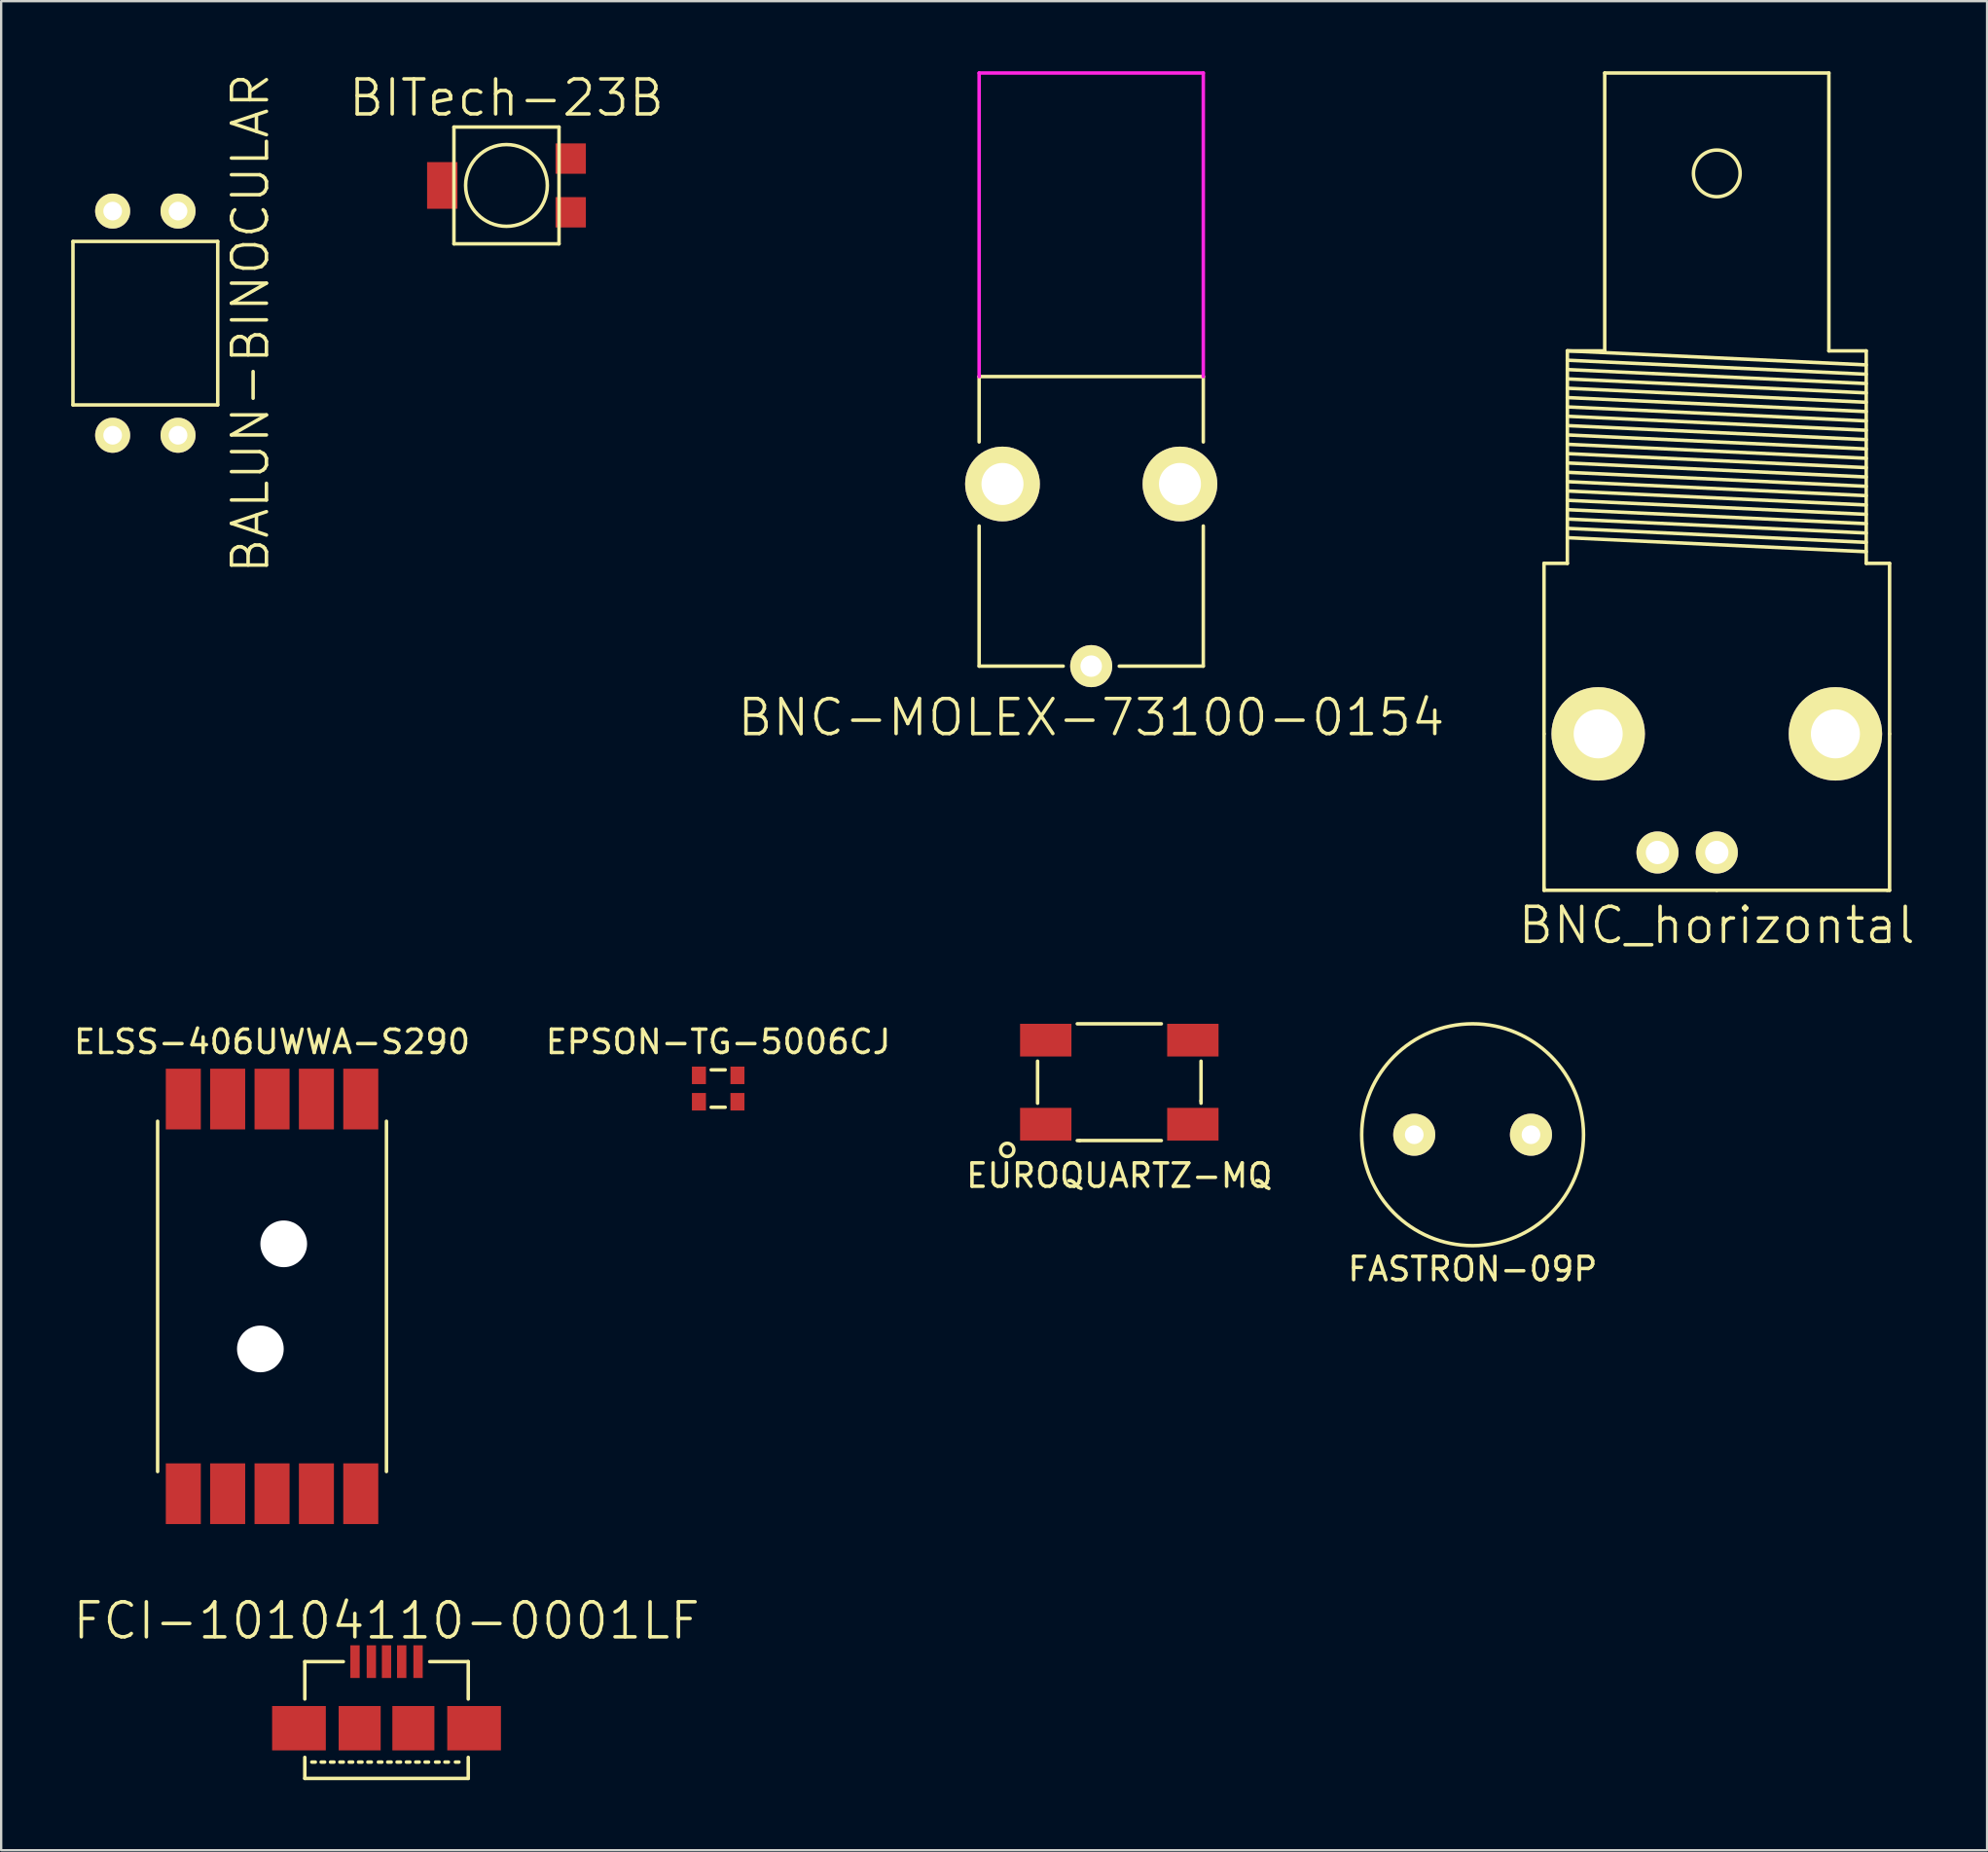
<source format=kicad_pcb>
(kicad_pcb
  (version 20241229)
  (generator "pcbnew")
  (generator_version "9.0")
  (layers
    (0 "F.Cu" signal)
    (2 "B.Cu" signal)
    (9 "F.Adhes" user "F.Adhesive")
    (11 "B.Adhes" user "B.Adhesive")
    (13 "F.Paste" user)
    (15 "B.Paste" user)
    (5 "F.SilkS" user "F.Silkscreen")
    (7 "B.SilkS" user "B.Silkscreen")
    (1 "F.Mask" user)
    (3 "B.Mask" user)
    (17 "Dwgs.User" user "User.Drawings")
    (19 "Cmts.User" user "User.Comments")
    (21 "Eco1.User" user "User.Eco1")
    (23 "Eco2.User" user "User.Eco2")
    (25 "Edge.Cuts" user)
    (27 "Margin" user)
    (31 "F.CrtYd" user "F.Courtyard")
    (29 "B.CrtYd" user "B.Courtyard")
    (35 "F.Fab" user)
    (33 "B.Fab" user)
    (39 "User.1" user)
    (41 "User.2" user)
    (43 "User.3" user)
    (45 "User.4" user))
  (footprint "BNC_horizontal"
    (layer "F.Cu")
    (at 70.476 28.375)
    (property "Reference" "BNC_horizontal" (at 0 8.2 0) (layer "F.SilkS") (effects (font (size 1.5 1.5) (thickness 0.15))))
    (attr through_hole)
    (fp_line (start -7.4 0) (end -7.4 -7.3) (stroke (width 0.15) (type solid)) (layer "F.SilkS"))
    (fp_line (start -7.4 0) (end -7.4 6.6) (stroke (width 0.15) (type solid)) (layer "F.SilkS"))
    (fp_line (start -7.4 6.7) (end -7.4 6.6) (stroke (width 0.15) (type solid)) (layer "F.SilkS"))
    (fp_line (start -6.4 -16.4) (end -4.8 -16.4) (stroke (width 0.15) (type solid)) (layer "F.SilkS"))
    (fp_line (start -6.4 -16.4) (end 6.4 -15.8) (stroke (width 0.15) (type solid)) (layer "F.SilkS"))
    (fp_line (start -6.4 -16) (end 6.4 -15.4) (stroke (width 0.15) (type solid)) (layer "F.SilkS"))
    (fp_line (start -6.4 -15.6) (end 6.4 -15) (stroke (width 0.15) (type solid)) (layer "F.SilkS"))
    (fp_line (start -6.4 -15.2) (end 6.4 -14.6) (stroke (width 0.15) (type solid)) (layer "F.SilkS"))
    (fp_line (start -6.4 -14.8) (end 6.4 -14.2) (stroke (width 0.15) (type solid)) (layer "F.SilkS"))
    (fp_line (start -6.4 -14.4) (end 6.4 -13.8) (stroke (width 0.15) (type solid)) (layer "F.SilkS"))
    (fp_line (start -6.4 -14) (end 6.4 -13.4) (stroke (width 0.15) (type solid)) (layer "F.SilkS"))
    (fp_line (start -6.4 -13.6) (end 6.4 -13) (stroke (width 0.15) (type solid)) (layer "F.SilkS"))
    (fp_line (start -6.4 -13.2) (end 6.4 -12.6) (stroke (width 0.15) (type solid)) (layer "F.SilkS"))
    (fp_line (start -6.4 -12.8) (end 6.4 -12.2) (stroke (width 0.15) (type solid)) (layer "F.SilkS"))
    (fp_line (start -6.4 -12.4) (end 6.4 -11.8) (stroke (width 0.15) (type solid)) (layer "F.SilkS"))
    (fp_line (start -6.4 -12) (end 6.4 -11.4) (stroke (width 0.15) (type solid)) (layer "F.SilkS"))
    (fp_line (start -6.4 -11.6) (end 6.4 -11) (stroke (width 0.15) (type solid)) (layer "F.SilkS"))
    (fp_line (start -6.4 -11.2) (end 6.4 -10.6) (stroke (width 0.15) (type solid)) (layer "F.SilkS"))
    (fp_line (start -6.4 -10.8) (end 6.4 -10.2) (stroke (width 0.15) (type solid)) (layer "F.SilkS"))
    (fp_line (start -6.4 -10.4) (end 6.4 -9.8) (stroke (width 0.15) (type solid)) (layer "F.SilkS"))
    (fp_line (start -6.4 -10) (end 6.4 -9.4) (stroke (width 0.15) (type solid)) (layer "F.SilkS"))
    (fp_line (start -6.4 -9.6) (end 6.4 -9) (stroke (width 0.15) (type solid)) (layer "F.SilkS"))
    (fp_line (start -6.4 -9.2) (end 6.4 -8.6) (stroke (width 0.15) (type solid)) (layer "F.SilkS"))
    (fp_line (start -6.4 -8.8) (end 6.4 -8.2) (stroke (width 0.15) (type solid)) (layer "F.SilkS"))
    (fp_line (start -6.4 -8.4) (end 6.4 -7.8) (stroke (width 0.15) (type solid)) (layer "F.SilkS"))
    (fp_line (start -6.4 -7.3) (end -7.4 -7.3) (stroke (width 0.15) (type solid)) (layer "F.SilkS"))
    (fp_line (start -6.4 -7.3) (end -6.4 -16.4) (stroke (width 0.15) (type solid)) (layer "F.SilkS"))
    (fp_line (start -4.8 -28.3) (end 4.8 -28.3) (stroke (width 0.15) (type solid)) (layer "F.SilkS"))
    (fp_line (start -4.8 -16.4) (end -4.8 -28.3) (stroke (width 0.15) (type solid)) (layer "F.SilkS"))
    (fp_line (start 0 6.7) (end -7.4 6.7) (stroke (width 0.15) (type solid)) (layer "F.SilkS"))
    (fp_line (start 0 6.7) (end 7.3 6.7) (stroke (width 0.15) (type solid)) (layer "F.SilkS"))
    (fp_line (start 4.8 -16.4) (end 4.8 -28.3) (stroke (width 0.15) (type solid)) (layer "F.SilkS"))
    (fp_line (start 6.4 -16.4) (end 4.8 -16.4) (stroke (width 0.15) (type solid)) (layer "F.SilkS"))
    (fp_line (start 6.4 -7.3) (end 6.4 -16.4) (stroke (width 0.15) (type solid)) (layer "F.SilkS"))
    (fp_line (start 7.3 6.7) (end 7.4 6.7) (stroke (width 0.15) (type solid)) (layer "F.SilkS"))
    (fp_line (start 7.4 -7.3) (end 6.4 -7.3) (stroke (width 0.15) (type solid)) (layer "F.SilkS"))
    (fp_line (start 7.4 0) (end 7.4 -7.3) (stroke (width 0.15) (type solid)) (layer "F.SilkS"))
    (fp_line (start 7.4 6.7) (end 7.4 0) (stroke (width 0.15) (type solid)) (layer "F.SilkS"))
    (fp_circle (center 0 -24) (end 0 -25) (stroke (width 0.15) (type solid)) (fill no) (layer "F.SilkS"))
    (pad "" thru_hole circle (at -5.08 0) (size 4 4) (drill 2.1) (layers "*.Cu" "*.Mask" "F.SilkS"))
    (pad "" thru_hole circle (at 5.08 0) (size 4 4) (drill 2.1) (layers "*.Cu" "*.Mask" "F.SilkS"))
    (pad "1" thru_hole circle (at 0 5.08) (size 1.8 1.8) (drill 1) (layers "*.Cu" "*.Mask" "F.SilkS"))
    (pad "2" thru_hole circle (at -2.54 5.08) (size 1.8 1.8) (drill 1) (layers "*.Cu" "*.Mask" "F.SilkS")))
  (footprint "FCI-10104110-0001LF"
    (layer "F.Cu")
    (at 13.504 72.405)
    (property "Reference" "FCI-10104110-0001LF" (at 0 -6.05 0) (layer "F.SilkS") (effects (font (size 1.5 1.5) (thickness 0.15))))
    (attr through_hole)
    (fp_line (start -3.5 -4.3) (end -3.5 -2.7) (stroke (width 0.15) (type solid)) (layer "F.SilkS"))
    (fp_line (start -3.5 -4.3) (end -1.85 -4.3) (stroke (width 0.15) (type solid)) (layer "F.SilkS"))
    (fp_line (start -3.5 0.7) (end -3.5 -0.2) (stroke (width 0.15) (type solid)) (layer "F.SilkS"))
    (fp_line (start -3.5 0.7) (end 3.5 0.7) (stroke (width 0.15) (type solid)) (layer "F.SilkS"))
    (fp_line (start -3.2 0) (end -3.05 0) (stroke (width 0.15) (type solid)) (layer "F.SilkS"))
    (fp_line (start -2.8 0) (end -2.65 0) (stroke (width 0.15) (type solid)) (layer "F.SilkS"))
    (fp_line (start -2.4 0) (end -2.25 0) (stroke (width 0.15) (type solid)) (layer "F.SilkS"))
    (fp_line (start -2 0) (end -1.85 0) (stroke (width 0.15) (type solid)) (layer "F.SilkS"))
    (fp_line (start -1.6 0) (end -1.45 0) (stroke (width 0.15) (type solid)) (layer "F.SilkS"))
    (fp_line (start -1.2 0) (end -1.05 0) (stroke (width 0.15) (type solid)) (layer "F.SilkS"))
    (fp_line (start -0.8 0) (end -0.65 0) (stroke (width 0.15) (type solid)) (layer "F.SilkS"))
    (fp_line (start -0.35 0) (end -0.2 0) (stroke (width 0.15) (type solid)) (layer "F.SilkS"))
    (fp_line (start 0.05 0) (end 0.2 0) (stroke (width 0.15) (type solid)) (layer "F.SilkS"))
    (fp_line (start 0.45 0) (end 0.6 0) (stroke (width 0.15) (type solid)) (layer "F.SilkS"))
    (fp_line (start 0.85 0) (end 1 0) (stroke (width 0.15) (type solid)) (layer "F.SilkS"))
    (fp_line (start 1.25 0) (end 1.4 0) (stroke (width 0.15) (type solid)) (layer "F.SilkS"))
    (fp_line (start 1.65 0) (end 1.8 0) (stroke (width 0.15) (type solid)) (layer "F.SilkS"))
    (fp_line (start 2.1 0) (end 2.25 0) (stroke (width 0.15) (type solid)) (layer "F.SilkS"))
    (fp_line (start 2.5 0) (end 2.65 0) (stroke (width 0.15) (type solid)) (layer "F.SilkS"))
    (fp_line (start 2.95 0) (end 3.1 0) (stroke (width 0.15) (type solid)) (layer "F.SilkS"))
    (fp_line (start 3.5 -4.3) (end 1.85 -4.3) (stroke (width 0.15) (type solid)) (layer "F.SilkS"))
    (fp_line (start 3.5 -4.3) (end 3.5 -2.7) (stroke (width 0.15) (type solid)) (layer "F.SilkS"))
    (fp_line (start 3.5 0.7) (end 3.5 -0.2) (stroke (width 0.15) (type solid)) (layer "F.SilkS"))
    (pad "1" smd rect (at -1.35 -4.3) (size 0.4 1.4) (layers "F.Cu" "F.Mask" "F.Paste"))
    (pad "2" smd rect (at -0.65 -4.3) (size 0.4 1.4) (layers "F.Cu" "F.Mask" "F.Paste"))
    (pad "3" smd rect (at 0 -4.3) (size 0.4 1.4) (layers "F.Cu" "F.Mask" "F.Paste"))
    (pad "4" smd rect (at 0.65 -4.3) (size 0.4 1.4) (layers "F.Cu" "F.Mask" "F.Paste"))
    (pad "5" smd rect (at 1.35 -4.3) (size 0.4 1.4) (layers "F.Cu" "F.Mask" "F.Paste"))
    (pad "6" smd rect (at -3.75 -1.45) (size 2.3 1.9) (layers "F.Cu" "F.Mask" "F.Paste"))
    (pad "6" smd rect (at -1.15 -1.45) (size 1.8 1.9) (layers "F.Cu" "F.Mask" "F.Paste"))
    (pad "6" smd rect (at 1.15 -1.45) (size 1.8 1.9) (layers "F.Cu" "F.Mask" "F.Paste"))
    (pad "6" smd rect (at 3.75 -1.45) (size 2.3 1.9) (layers "F.Cu" "F.Mask" "F.Paste")))
  (footprint "FASTRON-09P"
    (layer "F.Cu")
    (at 60.018 45.541)
    (property "Reference" "FASTRON-09P" (at 0 5.75 0) (layer "F.SilkS") (effects (font (size 1 1) (thickness 0.15))))
    (attr through_hole)
    (fp_circle (center 0 0) (end 4.75 0) (stroke (width 0.15) (type solid)) (fill no) (layer "F.SilkS"))
    (pad "1" thru_hole circle (at -2.5 0) (size 1.8 1.8) (drill 0.8) (layers "*.Cu" "*.Mask" "F.SilkS"))
    (pad "2" thru_hole circle (at 2.5 0) (size 1.8 1.8) (drill 0.8) (layers "*.Cu" "*.Mask" "F.SilkS")))
  (footprint "BITech-23B"
    (layer "F.Cu")
    (at 18.641 4.891)
    (property "Reference" "BITech-23B" (at 0 -3.75 0) (layer "F.SilkS") (effects (font (size 1.5 1.5) (thickness 0.15))))
    (attr through_hole)
    (fp_line (start -2.25 -2.5) (end -2.25 2.5) (stroke (width 0.15) (type solid)) (layer "F.SilkS"))
    (fp_line (start -2.25 2.5) (end 2.25 2.5) (stroke (width 0.15) (type solid)) (layer "F.SilkS"))
    (fp_line (start 2.25 -2.5) (end -2.25 -2.5) (stroke (width 0.15) (type solid)) (layer "F.SilkS"))
    (fp_line (start 2.25 2.5) (end 2.25 -2.5) (stroke (width 0.15) (type solid)) (layer "F.SilkS"))
    (fp_circle (center 0 0) (end 1.75 0) (stroke (width 0.15) (type solid)) (fill no) (layer "F.SilkS"))
    (pad "1" smd rect (at 2.75 -1.15) (size 1.3 1.3) (layers "F.Cu" "F.Mask" "F.Paste"))
    (pad "2" smd rect (at -2.75 0) (size 1.3 2) (layers "F.Cu" "F.Mask" "F.Paste"))
    (pad "3" smd rect (at 2.75 1.15) (size 1.3 1.3) (layers "F.Cu" "F.Mask" "F.Paste")))
  (footprint "BALUN-BINOCULAR"
    (layer "F.Cu")
    (at 3.175 10.789)
    (property "Reference" "BALUN-BINOCULAR" (at 4.5 0 90) (layer "F.SilkS") (effects (font (size 1.5 1.5) (thickness 0.15))))
    (attr through_hole)
    (fp_line (start -3.1 -3.5) (end 3.1 -3.5) (stroke (width 0.15) (type solid)) (layer "F.SilkS"))
    (fp_line (start -3.1 3.5) (end -3.1 -3.5) (stroke (width 0.15) (type solid)) (layer "F.SilkS"))
    (fp_line (start 3.1 -3.5) (end 3.1 3.5) (stroke (width 0.15) (type solid)) (layer "F.SilkS"))
    (fp_line (start 3.1 3.5) (end -3.1 3.5) (stroke (width 0.15) (type solid)) (layer "F.SilkS"))
    (pad "1" thru_hole circle (at -1.4 -4.8) (size 1.5 1.5) (drill 0.8) (layers "*.Cu" "*.Mask" "F.SilkS"))
    (pad "2" thru_hole circle (at 1.4 -4.8) (size 1.5 1.5) (drill 0.8) (layers "*.Cu" "*.Mask" "F.SilkS"))
    (pad "3" thru_hole circle (at 1.4 4.8) (size 1.5 1.5) (drill 0.8) (layers "*.Cu" "*.Mask" "F.SilkS"))
    (pad "4" thru_hole circle (at -1.4 4.8) (size 1.5 1.5) (drill 0.8) (layers "*.Cu" "*.Mask" "F.SilkS")))
  (footprint "BNC-MOLEX-73100-0154"
    (layer "F.Cu")
    (at 43.684 17.675)
    (property "Reference" "BNC-MOLEX-73100-0154" (at 0 10 0) (layer "F.SilkS") (effects (font (size 1.5 1.5) (thickness 0.15))))
    (attr through_hole)
    (fp_line (start -4.8 -4.6) (end -4.8 -1.8) (stroke (width 0.15) (type solid)) (layer "F.SilkS"))
    (fp_line (start -4.8 -4.6) (end 4.8 -4.6) (stroke (width 0.15) (type solid)) (layer "F.SilkS"))
    (fp_line (start -4.8 7.8) (end -4.8 1.8) (stroke (width 0.15) (type solid)) (layer "F.SilkS"))
    (fp_line (start -1.2 7.8) (end -4.8 7.8) (stroke (width 0.15) (type solid)) (layer "F.SilkS"))
    (fp_line (start 1.2 7.8) (end 4.8 7.8) (stroke (width 0.15) (type solid)) (layer "F.SilkS"))
    (fp_line (start 4.8 -4.6) (end 4.8 -1.8) (stroke (width 0.15) (type solid)) (layer "F.SilkS"))
    (fp_line (start 4.8 7.8) (end 4.8 1.8) (stroke (width 0.15) (type solid)) (layer "F.SilkS"))
    (fp_line (start -4.8 -17.6) (end 4.8 -17.6) (stroke (width 0.15) (type solid)) (layer "F.CrtYd"))
    (fp_line (start -4.8 -4.6) (end -4.8 -17.6) (stroke (width 0.15) (type solid)) (layer "F.CrtYd"))
    (fp_line (start 4.8 -17.6) (end 4.8 -4.6) (stroke (width 0.15) (type solid)) (layer "F.CrtYd"))
    (pad "1" thru_hole circle (at 0 7.8) (size 1.8 1.8) (drill 0.92) (layers "*.Cu" "*.Mask" "F.SilkS"))
    (pad "2" thru_hole circle (at -3.8 0) (size 3.2 3.2) (drill 1.8) (layers "*.Cu" "*.Mask" "F.SilkS"))
    (pad "2" thru_hole circle (at 3.8 0) (size 3.2 3.2) (drill 1.8) (layers "*.Cu" "*.Mask" "F.SilkS")))
  (footprint "EPSON-TG-5006CJ"
    (layer "F.Cu")
    (at 27.708 43.564)
    (property "Reference" "EPSON-TG-5006CJ" (at 0 -2 0) (layer "F.SilkS") (effects (font (size 1 1) (thickness 0.15))))
    (attr through_hole)
    (fp_line (start -0.3 -0.8) (end 0.3 -0.8) (stroke (width 0.15) (type solid)) (layer "F.SilkS"))
    (fp_line (start 0.3 0.8) (end -0.3 0.8) (stroke (width 0.15) (type solid)) (layer "F.SilkS"))
    (pad "1" smd rect (at -0.825 0.565) (size 0.6 0.75) (layers "F.Cu" "F.Mask" "F.Paste"))
    (pad "2" smd rect (at 0.825 0.565) (size 0.6 0.75) (layers "F.Cu" "F.Mask" "F.Paste"))
    (pad "3" smd rect (at 0.825 -0.565) (size 0.6 0.75) (layers "F.Cu" "F.Mask" "F.Paste"))
    (pad "4" smd rect (at -0.825 -0.565) (size 0.6 0.75) (layers "F.Cu" "F.Mask" "F.Paste")))
  (footprint "ELSS-406UWWA-S290"
    (layer "F.Cu")
    (at 8.601 52.464)
    (property "Reference" "ELSS-406UWWA-S290" (at 0 -10.9 0) (layer "F.SilkS") (effects (font (size 1 1) (thickness 0.15))))
    (attr through_hole)
    (fp_line (start -4.9 -7.5) (end -4.9 7.5) (stroke (width 0.15) (type solid)) (layer "F.SilkS"))
    (fp_line (start 4.9 -7.5) (end 4.9 7.5) (stroke (width 0.15) (type solid)) (layer "F.SilkS"))
    (pad "" np_thru_hole circle (at -0.5 2.25 180) (size 2 2) (drill 2) (layers "*.Cu"))
    (pad "" np_thru_hole circle (at 0.5 -2.25 180) (size 2 2) (drill 2) (layers "*.Cu"))
    (pad "1" smd rect (at -3.8 8.45) (size 1.5 2.6) (layers "F.Cu" "F.Mask" "F.Paste"))
    (pad "2" smd rect (at -1.9 8.45) (size 1.5 2.6) (layers "F.Cu" "F.Mask" "F.Paste"))
    (pad "3" smd rect (at 0 8.45) (size 1.5 2.6) (layers "F.Cu" "F.Mask" "F.Paste"))
    (pad "4" smd rect (at 1.9 8.45) (size 1.5 2.6) (layers "F.Cu" "F.Mask" "F.Paste"))
    (pad "5" smd rect (at 3.8 8.45) (size 1.5 2.6) (layers "F.Cu" "F.Mask" "F.Paste"))
    (pad "6" smd rect (at 3.8 -8.45) (size 1.5 2.6) (layers "F.Cu" "F.Mask" "F.Paste"))
    (pad "7" smd rect (at 1.9 -8.45) (size 1.5 2.6) (layers "F.Cu" "F.Mask" "F.Paste"))
    (pad "8" smd rect (at 0 -8.45) (size 1.5 2.6) (layers "F.Cu" "F.Mask" "F.Paste"))
    (pad "9" smd rect (at -1.9 -8.45 180) (size 1.5 2.6) (layers "F.Cu" "F.Mask" "F.Paste"))
    (pad "10" smd rect (at -3.8 -8.45 180) (size 1.5 2.6) (layers "F.Cu" "F.Mask" "F.Paste")))
  (footprint "EUROQUARTZ-MQ"
    (layer "F.Cu")
    (at 44.887 43.291)
    (property "Reference" "EUROQUARTZ-MQ" (at 0 4 0) (layer "F.SilkS") (effects (font (size 1 1) (thickness 0.15))))
    (attr through_hole)
    (fp_line (start -3.5 -0.9) (end -3.5 0.9) (stroke (width 0.15) (type solid)) (layer "F.SilkS"))
    (fp_line (start -1.8 -2.5) (end 1.8 -2.5) (stroke (width 0.15) (type solid)) (layer "F.SilkS"))
    (fp_line (start -1.7 2.5) (end -1.8 2.5) (stroke (width 0.15) (type solid)) (layer "F.SilkS"))
    (fp_line (start 1.8 2.5) (end -1.7 2.5) (stroke (width 0.15) (type solid)) (layer "F.SilkS"))
    (fp_line (start 3.5 -0.9) (end 3.5 0.8) (stroke (width 0.15) (type solid)) (layer "F.SilkS"))
    (fp_line (start 3.5 0.9) (end 3.5 0.8) (stroke (width 0.15) (type solid)) (layer "F.SilkS"))
    (fp_circle (center -4.8 2.9) (end -4.6 2.7) (stroke (width 0.15) (type solid)) (fill no) (layer "F.SilkS"))
    (pad "1" smd rect (at -3.15 1.8) (size 2.2 1.4) (layers "F.Cu" "F.Mask" "F.Paste"))
    (pad "2" smd rect (at 3.15 1.8) (size 2.2 1.4) (layers "F.Cu" "F.Mask" "F.Paste"))
    (pad "3" smd rect (at 3.15 -1.8) (size 2.2 1.4) (layers "F.Cu" "F.Mask" "F.Paste"))
    (pad "4" smd rect (at -3.15 -1.8) (size 2.2 1.4) (layers "F.Cu" "F.Mask" "F.Paste")))
  (gr_rect
    (start -3 -3)
    (end 82.051 76.18)
    (stroke (width 0.1) (type default))
    (fill no)
    (layer "Edge.Cuts")))
</source>
